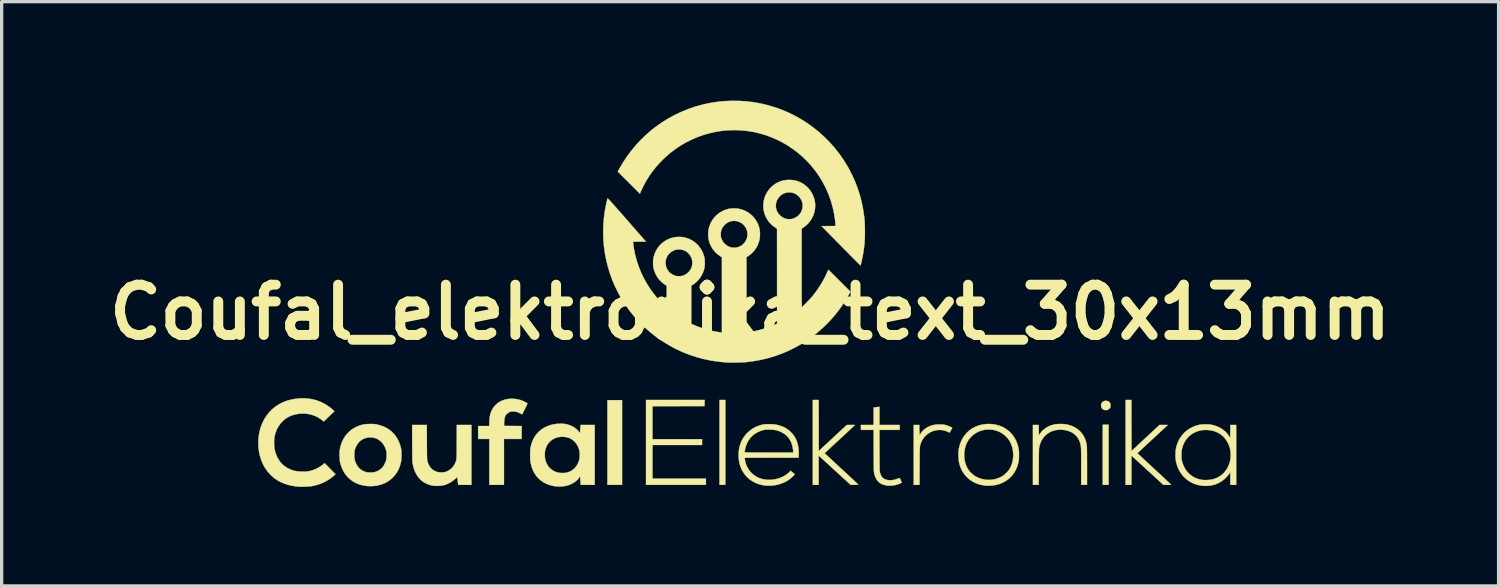
<source format=kicad_pcb>
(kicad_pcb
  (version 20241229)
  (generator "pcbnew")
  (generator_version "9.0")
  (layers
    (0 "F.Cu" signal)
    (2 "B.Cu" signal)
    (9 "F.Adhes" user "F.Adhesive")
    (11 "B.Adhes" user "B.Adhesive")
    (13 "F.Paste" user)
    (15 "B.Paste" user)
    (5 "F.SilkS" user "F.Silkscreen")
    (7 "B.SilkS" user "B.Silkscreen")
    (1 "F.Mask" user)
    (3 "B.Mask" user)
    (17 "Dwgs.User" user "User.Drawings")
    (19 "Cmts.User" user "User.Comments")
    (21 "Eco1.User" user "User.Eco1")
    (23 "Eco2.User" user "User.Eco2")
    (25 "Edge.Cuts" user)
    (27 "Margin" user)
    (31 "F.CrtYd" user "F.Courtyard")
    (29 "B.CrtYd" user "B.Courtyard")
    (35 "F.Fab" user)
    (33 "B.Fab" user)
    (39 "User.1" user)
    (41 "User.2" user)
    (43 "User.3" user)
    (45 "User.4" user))
  (footprint "Coufal_elektronika_text_30x13mm"
    (layer "F.Cu")
    (at 19.674 6.408)
    (property "Reference" "Coufal_elektronika_text_30x13mm" (at 0 0 0) (layer "F.SilkS") (effects (font (size 1.524 1.524) (thickness 0.3))))
    (attr through_hole)
    (fp_poly (pts (xy -3.879 5.23) (xy -4.323 5.23) (xy -4.323 2.664) (xy -3.879 2.664) (xy -3.879 5.23)) (stroke (width 0.01) (type solid)) (fill yes) (layer "F.SilkS"))
    (fp_poly (pts (xy -0.751 5.23) (xy -0.927 5.23) (xy -0.927 2.658) (xy -0.751 2.658) (xy -0.751 5.23)) (stroke (width 0.01) (type solid)) (fill yes) (layer "F.SilkS"))
    (fp_poly (pts (xy 10.859 5.23) (xy 10.682 5.23) (xy 10.682 3.408) (xy 10.859 3.408) (xy 10.859 5.23)) (stroke (width 0.01) (type solid)) (fill yes) (layer "F.SilkS"))
    (fp_poly (pts (xy -1.379 2.751) (xy -1.381 2.844) (xy -2.958 2.847) (xy -2.958 3.846) (xy -1.456 3.846) (xy -1.456 4.022) (xy -2.958 4.022) (xy -2.958 5.041) (xy -1.339 5.041) (xy -1.339 5.23) (xy -3.154 5.23) (xy -3.154 2.658) (xy -1.377 2.658) (xy -1.379 2.751)) (stroke (width 0.01) (type solid)) (fill yes) (layer "F.SilkS"))
    (fp_poly (pts (xy 10.82 2.689) (xy 10.857 2.703) (xy 10.886 2.729) (xy 10.906 2.758) (xy 10.913 2.775) (xy 10.916 2.794) (xy 10.917 2.818) (xy 10.916 2.834) (xy 10.915 2.861) (xy 10.911 2.88) (xy 10.905 2.894) (xy 10.895 2.908) (xy 10.894 2.91) (xy 10.862 2.94) (xy 10.823 2.959) (xy 10.78 2.967) (xy 10.741 2.964) (xy 10.702 2.95) (xy 10.67 2.926) (xy 10.647 2.894) (xy 10.634 2.853) (xy 10.631 2.831) (xy 10.635 2.788) (xy 10.649 2.751) (xy 10.673 2.721) (xy 10.706 2.699) (xy 10.745 2.686) (xy 10.775 2.684) (xy 10.82 2.689)) (stroke (width 0.01) (type solid)) (fill yes) (layer "F.SilkS"))
    (fp_poly (pts (xy 2.078 3.431) (xy 2.08 4.204) (xy 2.504 3.81) (xy 2.929 3.416) (xy 3.052 3.415) (xy 3.175 3.415) (xy 3.163 3.429) (xy 3.156 3.435) (xy 3.141 3.45) (xy 3.117 3.472) (xy 3.086 3.501) (xy 3.048 3.536) (xy 3.004 3.577) (xy 2.955 3.623) (xy 2.9 3.674) (xy 2.842 3.728) (xy 2.78 3.785) (xy 2.716 3.844) (xy 2.705 3.854) (xy 2.64 3.914) (xy 2.579 3.971) (xy 2.52 4.025) (xy 2.466 4.076) (xy 2.417 4.122) (xy 2.373 4.163) (xy 2.335 4.198) (xy 2.305 4.227) (xy 2.281 4.249) (xy 2.266 4.264) (xy 2.259 4.271) (xy 2.259 4.271) (xy 2.264 4.276) (xy 2.278 4.289) (xy 2.3 4.31) (xy 2.329 4.338) (xy 2.366 4.373) (xy 2.409 4.413) (xy 2.459 4.459) (xy 2.513 4.51) (xy 2.572 4.565) (xy 2.635 4.623) (xy 2.701 4.685) (xy 2.769 4.747) (xy 2.838 4.811) (xy 2.904 4.873) (xy 2.967 4.931) (xy 3.026 4.986) (xy 3.08 5.036) (xy 3.129 5.082) (xy 3.172 5.123) (xy 3.209 5.157) (xy 3.238 5.185) (xy 3.26 5.206) (xy 3.273 5.219) (xy 3.278 5.224) (xy 3.272 5.226) (xy 3.254 5.228) (xy 3.228 5.229) (xy 3.194 5.23) (xy 3.162 5.23) (xy 3.046 5.23) (xy 2.561 4.786) (xy 2.076 4.342) (xy 2.076 5.23) (xy 1.9 5.23) (xy 1.9 2.658) (xy 2.076 2.658) (xy 2.078 3.431)) (stroke (width 0.01) (type solid)) (fill yes) (layer "F.SilkS"))
    (fp_poly (pts (xy 5.792 3.4) (xy 5.825 3.401) (xy 5.852 3.404) (xy 5.877 3.407) (xy 5.902 3.413) (xy 5.916 3.417) (xy 5.965 3.431) (xy 6.013 3.448) (xy 6.057 3.466) (xy 6.092 3.484) (xy 6.1 3.488) (xy 6.124 3.503) (xy 6.084 3.576) (xy 6.044 3.648) (xy 5.99 3.623) (xy 5.913 3.593) (xy 5.833 3.574) (xy 5.769 3.567) (xy 5.706 3.567) (xy 5.647 3.573) (xy 5.586 3.587) (xy 5.542 3.6) (xy 5.462 3.634) (xy 5.389 3.679) (xy 5.323 3.734) (xy 5.265 3.797) (xy 5.217 3.868) (xy 5.179 3.946) (xy 5.17 3.97) (xy 5.165 3.986) (xy 5.16 4.001) (xy 5.155 4.015) (xy 5.151 4.03) (xy 5.148 4.046) (xy 5.145 4.063) (xy 5.143 4.084) (xy 5.141 4.109) (xy 5.14 4.139) (xy 5.138 4.175) (xy 5.137 4.217) (xy 5.137 4.267) (xy 5.136 4.325) (xy 5.135 4.393) (xy 5.135 4.471) (xy 5.135 4.56) (xy 5.134 4.66) (xy 5.131 5.23) (xy 4.956 5.23) (xy 4.956 3.415) (xy 5.126 3.415) (xy 5.126 3.488) (xy 5.126 3.527) (xy 5.127 3.571) (xy 5.129 3.616) (xy 5.13 3.645) (xy 5.134 3.728) (xy 5.157 3.69) (xy 5.199 3.628) (xy 5.246 3.576) (xy 5.3 3.53) (xy 5.364 3.49) (xy 5.397 3.472) (xy 5.462 3.443) (xy 5.529 3.422) (xy 5.6 3.408) (xy 5.678 3.401) (xy 5.749 3.4) (xy 5.792 3.4)) (stroke (width 0.01) (type solid)) (fill yes) (layer "F.SilkS"))
    (fp_poly (pts (xy 11.552 3.431) (xy 11.554 4.204) (xy 11.978 3.81) (xy 12.403 3.416) (xy 12.526 3.415) (xy 12.65 3.415) (xy 12.637 3.429) (xy 12.631 3.435) (xy 12.615 3.45) (xy 12.592 3.472) (xy 12.561 3.501) (xy 12.523 3.536) (xy 12.478 3.577) (xy 12.429 3.623) (xy 12.375 3.674) (xy 12.316 3.728) (xy 12.254 3.785) (xy 12.19 3.844) (xy 12.179 3.854) (xy 12.115 3.914) (xy 12.053 3.971) (xy 11.995 4.025) (xy 11.941 4.076) (xy 11.891 4.122) (xy 11.848 4.163) (xy 11.81 4.198) (xy 11.779 4.227) (xy 11.756 4.249) (xy 11.74 4.264) (xy 11.734 4.271) (xy 11.734 4.271) (xy 11.738 4.276) (xy 11.752 4.289) (xy 11.774 4.31) (xy 11.804 4.338) (xy 11.841 4.373) (xy 11.884 4.413) (xy 11.933 4.459) (xy 11.987 4.51) (xy 12.046 4.565) (xy 12.109 4.623) (xy 12.176 4.685) (xy 12.243 4.747) (xy 12.312 4.811) (xy 12.378 4.873) (xy 12.441 4.931) (xy 12.5 4.986) (xy 12.554 5.036) (xy 12.603 5.082) (xy 12.646 5.123) (xy 12.683 5.157) (xy 12.713 5.185) (xy 12.734 5.206) (xy 12.748 5.219) (xy 12.752 5.224) (xy 12.746 5.226) (xy 12.729 5.228) (xy 12.702 5.229) (xy 12.669 5.23) (xy 12.636 5.23) (xy 12.52 5.23) (xy 12.036 4.786) (xy 11.551 4.342) (xy 11.551 5.23) (xy 11.374 5.23) (xy 11.374 2.658) (xy 11.551 2.658) (xy 11.552 3.431)) (stroke (width 0.01) (type solid)) (fill yes) (layer "F.SilkS"))
    (fp_poly (pts (xy -7.091 2.63) (xy -6.995 2.65) (xy -6.956 2.661) (xy -6.931 2.67) (xy -6.901 2.683) (xy -6.868 2.697) (xy -6.834 2.713) (xy -6.804 2.728) (xy -6.777 2.742) (xy -6.759 2.753) (xy -6.75 2.76) (xy -6.749 2.765) (xy -6.75 2.774) (xy -6.755 2.788) (xy -6.764 2.808) (xy -6.776 2.836) (xy -6.794 2.873) (xy -6.817 2.92) (xy -6.824 2.932) (xy -6.845 2.975) (xy -6.864 3.013) (xy -6.881 3.045) (xy -6.895 3.071) (xy -6.904 3.088) (xy -6.909 3.095) (xy -6.909 3.095) (xy -6.916 3.092) (xy -6.932 3.084) (xy -6.952 3.072) (xy -6.958 3.069) (xy -7.015 3.04) (xy -7.07 3.021) (xy -7.126 3.01) (xy -7.18 3.007) (xy -7.212 3.007) (xy -7.234 3.008) (xy -7.252 3.011) (xy -7.268 3.016) (xy -7.287 3.025) (xy -7.302 3.032) (xy -7.345 3.057) (xy -7.379 3.088) (xy -7.407 3.125) (xy -7.427 3.171) (xy -7.441 3.224) (xy -7.449 3.288) (xy -7.452 3.352) (xy -7.453 3.444) (xy -7.187 3.446) (xy -6.921 3.448) (xy -6.921 3.839) (xy -7.457 3.839) (xy -7.457 5.23) (xy -7.901 5.23) (xy -7.901 3.839) (xy -8.24 3.839) (xy -8.24 3.448) (xy -7.903 3.448) (xy -7.899 3.322) (xy -7.895 3.248) (xy -7.889 3.184) (xy -7.88 3.128) (xy -7.868 3.077) (xy -7.851 3.028) (xy -7.829 2.979) (xy -7.824 2.968) (xy -7.788 2.906) (xy -7.743 2.846) (xy -7.693 2.792) (xy -7.64 2.747) (xy -7.627 2.738) (xy -7.549 2.693) (xy -7.466 2.659) (xy -7.377 2.636) (xy -7.284 2.623) (xy -7.188 2.621) (xy -7.091 2.63)) (stroke (width 0.01) (type solid)) (fill yes) (layer "F.SilkS"))
    (fp_poly (pts (xy 3.918 3.415) (xy 4.532 3.415) (xy 4.532 3.565) (xy 3.917 3.565) (xy 3.919 4.19) (xy 3.92 4.295) (xy 3.92 4.387) (xy 3.92 4.467) (xy 3.921 4.537) (xy 3.921 4.598) (xy 3.921 4.649) (xy 3.922 4.693) (xy 3.923 4.729) (xy 3.923 4.759) (xy 3.924 4.783) (xy 3.925 4.803) (xy 3.927 4.819) (xy 3.928 4.831) (xy 3.93 4.842) (xy 3.932 4.851) (xy 3.934 4.859) (xy 3.936 4.867) (xy 3.957 4.929) (xy 3.985 4.979) (xy 4.019 5.018) (xy 4.061 5.049) (xy 4.113 5.071) (xy 4.174 5.085) (xy 4.186 5.087) (xy 4.257 5.091) (xy 4.329 5.084) (xy 4.405 5.066) (xy 4.468 5.043) (xy 4.494 5.034) (xy 4.515 5.027) (xy 4.528 5.025) (xy 4.532 5.026) (xy 4.537 5.034) (xy 4.545 5.051) (xy 4.556 5.074) (xy 4.567 5.099) (xy 4.577 5.124) (xy 4.585 5.145) (xy 4.59 5.158) (xy 4.59 5.161) (xy 4.584 5.167) (xy 4.568 5.176) (xy 4.544 5.187) (xy 4.515 5.199) (xy 4.482 5.211) (xy 4.449 5.223) (xy 4.416 5.232) (xy 4.408 5.235) (xy 4.36 5.244) (xy 4.305 5.251) (xy 4.246 5.254) (xy 4.19 5.254) (xy 4.14 5.25) (xy 4.14 5.25) (xy 4.098 5.242) (xy 4.053 5.229) (xy 4.01 5.215) (xy 3.973 5.199) (xy 3.96 5.192) (xy 3.908 5.155) (xy 3.863 5.11) (xy 3.825 5.056) (xy 3.793 4.992) (xy 3.768 4.917) (xy 3.757 4.871) (xy 3.755 4.862) (xy 3.753 4.85) (xy 3.752 4.837) (xy 3.75 4.82) (xy 3.749 4.798) (xy 3.748 4.772) (xy 3.747 4.74) (xy 3.747 4.701) (xy 3.746 4.655) (xy 3.745 4.6) (xy 3.745 4.537) (xy 3.745 4.463) (xy 3.744 4.379) (xy 3.744 4.283) (xy 3.743 4.194) (xy 3.741 3.565) (xy 3.356 3.565) (xy 3.356 3.415) (xy 3.741 3.415) (xy 3.741 2.887) (xy 3.763 2.883) (xy 3.781 2.881) (xy 3.806 2.878) (xy 3.823 2.876) (xy 3.85 2.873) (xy 3.877 2.87) (xy 3.89 2.869) (xy 3.918 2.865) (xy 3.918 3.415)) (stroke (width 0.01) (type solid)) (fill yes) (layer "F.SilkS"))
    (fp_poly (pts (xy 9.431 3.386) (xy 9.486 3.388) (xy 9.536 3.392) (xy 9.576 3.398) (xy 9.655 3.416) (xy 9.727 3.439) (xy 9.797 3.469) (xy 9.804 3.472) (xy 9.888 3.52) (xy 9.963 3.578) (xy 10.028 3.644) (xy 10.084 3.718) (xy 10.13 3.801) (xy 10.165 3.892) (xy 10.191 3.991) (xy 10.195 4.015) (xy 10.197 4.027) (xy 10.199 4.042) (xy 10.2 4.058) (xy 10.201 4.079) (xy 10.202 4.104) (xy 10.203 4.134) (xy 10.204 4.171) (xy 10.204 4.214) (xy 10.205 4.266) (xy 10.205 4.327) (xy 10.205 4.397) (xy 10.206 4.478) (xy 10.206 4.57) (xy 10.206 4.653) (xy 10.206 5.23) (xy 10.029 5.23) (xy 10.029 4.677) (xy 10.029 4.573) (xy 10.029 4.481) (xy 10.029 4.4) (xy 10.029 4.33) (xy 10.028 4.269) (xy 10.027 4.216) (xy 10.026 4.171) (xy 10.025 4.133) (xy 10.023 4.1) (xy 10.021 4.072) (xy 10.018 4.048) (xy 10.015 4.027) (xy 10.011 4.008) (xy 10.007 3.991) (xy 10.002 3.973) (xy 9.997 3.955) (xy 9.996 3.954) (xy 9.965 3.874) (xy 9.924 3.803) (xy 9.874 3.74) (xy 9.814 3.686) (xy 9.745 3.641) (xy 9.667 3.606) (xy 9.582 3.58) (xy 9.522 3.568) (xy 9.424 3.559) (xy 9.329 3.562) (xy 9.239 3.575) (xy 9.154 3.601) (xy 9.075 3.637) (xy 9.002 3.683) (xy 8.954 3.725) (xy 8.896 3.785) (xy 8.85 3.849) (xy 8.812 3.918) (xy 8.782 3.995) (xy 8.758 4.081) (xy 8.756 4.091) (xy 8.755 4.103) (xy 8.753 4.118) (xy 8.752 4.137) (xy 8.751 4.161) (xy 8.75 4.189) (xy 8.749 4.225) (xy 8.748 4.267) (xy 8.747 4.318) (xy 8.747 4.378) (xy 8.746 4.448) (xy 8.746 4.528) (xy 8.745 4.62) (xy 8.745 4.68) (xy 8.742 5.23) (xy 8.567 5.23) (xy 8.567 3.415) (xy 8.743 3.415) (xy 8.745 3.572) (xy 8.746 3.729) (xy 8.774 3.688) (xy 8.828 3.618) (xy 8.892 3.556) (xy 8.965 3.502) (xy 9.046 3.457) (xy 9.135 3.422) (xy 9.231 3.397) (xy 9.231 3.397) (xy 9.271 3.392) (xy 9.32 3.388) (xy 9.375 3.386) (xy 9.431 3.386)) (stroke (width 0.01) (type solid)) (fill yes) (layer "F.SilkS"))
    (fp_poly (pts (xy -9.792 3.936) (xy -9.792 4.033) (xy -9.791 4.119) (xy -9.791 4.193) (xy -9.79 4.258) (xy -9.79 4.313) (xy -9.789 4.359) (xy -9.787 4.399) (xy -9.786 4.432) (xy -9.784 4.46) (xy -9.781 4.483) (xy -9.778 4.503) (xy -9.775 4.521) (xy -9.77 4.537) (xy -9.765 4.552) (xy -9.759 4.568) (xy -9.753 4.585) (xy -9.75 4.592) (xy -9.717 4.659) (xy -9.676 4.717) (xy -9.625 4.765) (xy -9.567 4.804) (xy -9.501 4.832) (xy -9.476 4.839) (xy -9.43 4.848) (xy -9.378 4.852) (xy -9.325 4.853) (xy -9.276 4.848) (xy -9.246 4.843) (xy -9.175 4.818) (xy -9.11 4.782) (xy -9.051 4.736) (xy -9 4.681) (xy -8.958 4.619) (xy -8.95 4.603) (xy -8.935 4.57) (xy -8.92 4.534) (xy -8.908 4.501) (xy -8.905 4.489) (xy -8.902 4.479) (xy -8.9 4.47) (xy -8.898 4.459) (xy -8.896 4.447) (xy -8.895 4.433) (xy -8.893 4.414) (xy -8.892 4.392) (xy -8.892 4.363) (xy -8.891 4.329) (xy -8.89 4.287) (xy -8.89 4.237) (xy -8.889 4.178) (xy -8.889 4.108) (xy -8.889 4.027) (xy -8.888 3.935) (xy -8.888 3.926) (xy -8.886 3.415) (xy -8.443 3.415) (xy -8.443 5.23) (xy -8.841 5.23) (xy -8.844 5.215) (xy -8.846 5.204) (xy -8.849 5.182) (xy -8.853 5.153) (xy -8.857 5.12) (xy -8.857 5.113) (xy -8.862 5.07) (xy -8.866 5.038) (xy -8.87 5.018) (xy -8.874 5.006) (xy -8.879 5.003) (xy -8.887 5.006) (xy -8.897 5.015) (xy -8.912 5.029) (xy -8.913 5.03) (xy -8.995 5.099) (xy -9.08 5.156) (xy -9.166 5.201) (xy -9.254 5.233) (xy -9.255 5.233) (xy -9.31 5.246) (xy -9.373 5.255) (xy -9.44 5.26) (xy -9.507 5.262) (xy -9.57 5.259) (xy -9.602 5.256) (xy -9.689 5.237) (xy -9.775 5.207) (xy -9.856 5.168) (xy -9.929 5.12) (xy -9.929 5.12) (xy -9.998 5.06) (xy -10.058 4.99) (xy -10.111 4.91) (xy -10.155 4.821) (xy -10.19 4.722) (xy -10.217 4.615) (xy -10.22 4.601) (xy -10.223 4.588) (xy -10.225 4.574) (xy -10.227 4.561) (xy -10.228 4.545) (xy -10.23 4.527) (xy -10.231 4.506) (xy -10.232 4.48) (xy -10.233 4.449) (xy -10.233 4.411) (xy -10.234 4.366) (xy -10.235 4.313) (xy -10.235 4.251) (xy -10.235 4.179) (xy -10.236 4.096) (xy -10.236 4.001) (xy -10.237 3.972) (xy -10.239 3.415) (xy -9.795 3.415) (xy -9.792 3.936)) (stroke (width 0.01) (type solid)) (fill yes) (layer "F.SilkS"))
    (fp_poly (pts (xy -13.381 2.617) (xy -13.253 2.638) (xy -13.129 2.671) (xy -13.011 2.717) (xy -12.971 2.735) (xy -12.861 2.794) (xy -12.76 2.859) (xy -12.669 2.931) (xy -12.636 2.961) (xy -12.594 3) (xy -12.755 3.156) (xy -12.916 3.312) (xy -12.944 3.288) (xy -13.029 3.223) (xy -13.121 3.169) (xy -13.218 3.127) (xy -13.32 3.096) (xy -13.425 3.077) (xy -13.534 3.069) (xy -13.645 3.074) (xy -13.757 3.091) (xy -13.789 3.099) (xy -13.888 3.128) (xy -13.979 3.168) (xy -14.063 3.219) (xy -14.141 3.281) (xy -14.158 3.297) (xy -14.227 3.372) (xy -14.286 3.455) (xy -14.336 3.547) (xy -14.375 3.648) (xy -14.404 3.756) (xy -14.409 3.777) (xy -14.415 3.823) (xy -14.419 3.877) (xy -14.421 3.937) (xy -14.42 3.999) (xy -14.417 4.059) (xy -14.412 4.114) (xy -14.406 4.15) (xy -14.379 4.257) (xy -14.342 4.356) (xy -14.295 4.447) (xy -14.24 4.529) (xy -14.175 4.602) (xy -14.101 4.665) (xy -14.019 4.719) (xy -13.929 4.763) (xy -13.887 4.779) (xy -13.831 4.797) (xy -13.776 4.81) (xy -13.721 4.82) (xy -13.661 4.825) (xy -13.593 4.828) (xy -13.552 4.829) (xy -13.504 4.828) (xy -13.467 4.828) (xy -13.437 4.826) (xy -13.411 4.824) (xy -13.387 4.82) (xy -13.362 4.815) (xy -13.354 4.813) (xy -13.254 4.786) (xy -13.158 4.749) (xy -13.069 4.704) (xy -12.988 4.652) (xy -12.928 4.604) (xy -12.891 4.571) (xy -12.726 4.738) (xy -12.562 4.906) (xy -12.584 4.928) (xy -12.599 4.942) (xy -12.62 4.962) (xy -12.644 4.982) (xy -12.654 4.99) (xy -12.759 5.067) (xy -12.87 5.132) (xy -12.989 5.187) (xy -13.113 5.23) (xy -13.244 5.262) (xy -13.307 5.273) (xy -13.334 5.276) (xy -13.371 5.279) (xy -13.415 5.281) (xy -13.463 5.284) (xy -13.512 5.285) (xy -13.561 5.287) (xy -13.605 5.287) (xy -13.643 5.287) (xy -13.671 5.286) (xy -13.676 5.285) (xy -13.801 5.27) (xy -13.915 5.249) (xy -14.02 5.223) (xy -14.117 5.19) (xy -14.209 5.151) (xy -14.297 5.105) (xy -14.326 5.087) (xy -14.424 5.018) (xy -14.515 4.939) (xy -14.597 4.851) (xy -14.67 4.754) (xy -14.734 4.65) (xy -14.788 4.537) (xy -14.831 4.418) (xy -14.864 4.293) (xy -14.874 4.244) (xy -14.893 4.108) (xy -14.9 3.973) (xy -14.896 3.841) (xy -14.88 3.711) (xy -14.854 3.585) (xy -14.818 3.463) (xy -14.771 3.347) (xy -14.715 3.236) (xy -14.648 3.133) (xy -14.573 3.036) (xy -14.488 2.948) (xy -14.394 2.869) (xy -14.389 2.866) (xy -14.288 2.798) (xy -14.18 2.74) (xy -14.065 2.693) (xy -13.942 2.656) (xy -13.812 2.63) (xy -13.673 2.613) (xy -13.646 2.611) (xy -13.512 2.608) (xy -13.381 2.617)) (stroke (width 0.01) (type solid)) (fill yes) (layer "F.SilkS"))
    (fp_poly (pts (xy 13.86 3.397) (xy 13.913 3.4) (xy 13.955 3.405) (xy 14.057 3.428) (xy 14.153 3.461) (xy 14.243 3.505) (xy 14.325 3.558) (xy 14.399 3.62) (xy 14.464 3.691) (xy 14.505 3.747) (xy 14.545 3.807) (xy 14.548 3.415) (xy 14.724 3.415) (xy 14.724 5.23) (xy 14.548 5.23) (xy 14.545 4.852) (xy 14.496 4.918) (xy 14.428 4.999) (xy 14.352 5.07) (xy 14.269 5.13) (xy 14.18 5.179) (xy 14.086 5.218) (xy 13.986 5.244) (xy 13.883 5.259) (xy 13.776 5.262) (xy 13.67 5.253) (xy 13.561 5.232) (xy 13.459 5.2) (xy 13.363 5.156) (xy 13.274 5.102) (xy 13.193 5.039) (xy 13.119 4.966) (xy 13.055 4.884) (xy 12.999 4.794) (xy 12.953 4.695) (xy 12.918 4.59) (xy 12.902 4.525) (xy 12.895 4.481) (xy 12.89 4.427) (xy 12.887 4.368) (xy 12.886 4.314) (xy 13.065 4.314) (xy 13.065 4.366) (xy 13.067 4.413) (xy 13.071 4.453) (xy 13.072 4.456) (xy 13.093 4.553) (xy 13.126 4.644) (xy 13.169 4.729) (xy 13.221 4.807) (xy 13.283 4.878) (xy 13.354 4.939) (xy 13.432 4.991) (xy 13.463 5.007) (xy 13.513 5.03) (xy 13.57 5.05) (xy 13.629 5.067) (xy 13.678 5.077) (xy 13.721 5.082) (xy 13.773 5.084) (xy 13.829 5.084) (xy 13.885 5.081) (xy 13.937 5.076) (xy 13.981 5.069) (xy 13.986 5.068) (xy 14.039 5.054) (xy 14.093 5.036) (xy 14.143 5.016) (xy 14.184 4.996) (xy 14.188 4.994) (xy 14.267 4.943) (xy 14.338 4.881) (xy 14.4 4.81) (xy 14.453 4.731) (xy 14.496 4.644) (xy 14.52 4.577) (xy 14.536 4.522) (xy 14.547 4.471) (xy 14.554 4.42) (xy 14.557 4.363) (xy 14.557 4.326) (xy 14.556 4.264) (xy 14.551 4.21) (xy 14.543 4.159) (xy 14.53 4.107) (xy 14.52 4.074) (xy 14.485 3.982) (xy 14.439 3.898) (xy 14.385 3.822) (xy 14.322 3.754) (xy 14.251 3.697) (xy 14.172 3.649) (xy 14.097 3.617) (xy 14.011 3.591) (xy 13.921 3.574) (xy 13.83 3.566) (xy 13.741 3.568) (xy 13.689 3.574) (xy 13.591 3.595) (xy 13.499 3.627) (xy 13.414 3.67) (xy 13.338 3.723) (xy 13.269 3.785) (xy 13.209 3.856) (xy 13.159 3.936) (xy 13.118 4.023) (xy 13.088 4.118) (xy 13.075 4.178) (xy 13.07 4.216) (xy 13.067 4.263) (xy 13.065 4.314) (xy 12.886 4.314) (xy 12.886 4.307) (xy 12.887 4.247) (xy 12.891 4.192) (xy 12.897 4.146) (xy 12.898 4.142) (xy 12.924 4.033) (xy 12.962 3.931) (xy 13.01 3.835) (xy 13.069 3.746) (xy 13.137 3.667) (xy 13.216 3.595) (xy 13.303 3.533) (xy 13.398 3.481) (xy 13.5 3.441) (xy 13.594 3.414) (xy 13.635 3.406) (xy 13.686 3.401) (xy 13.743 3.397) (xy 13.802 3.396) (xy 13.86 3.397)) (stroke (width 0.01) (type solid)) (fill yes) (layer "F.SilkS"))
    (fp_poly (pts (xy 7.345 3.392) (xy 7.446 3.408) (xy 7.543 3.435) (xy 7.635 3.47) (xy 7.706 3.507) (xy 7.795 3.567) (xy 7.875 3.635) (xy 7.945 3.712) (xy 8.006 3.797) (xy 8.056 3.891) (xy 8.096 3.993) (xy 8.126 4.102) (xy 8.131 4.123) (xy 8.136 4.153) (xy 8.14 4.182) (xy 8.143 4.212) (xy 8.144 4.247) (xy 8.145 4.29) (xy 8.145 4.323) (xy 8.145 4.38) (xy 8.143 4.428) (xy 8.14 4.47) (xy 8.135 4.509) (xy 8.127 4.549) (xy 8.116 4.593) (xy 8.112 4.609) (xy 8.079 4.71) (xy 8.034 4.804) (xy 7.98 4.891) (xy 7.915 4.971) (xy 7.841 5.042) (xy 7.759 5.103) (xy 7.669 5.156) (xy 7.572 5.198) (xy 7.499 5.22) (xy 7.407 5.24) (xy 7.308 5.252) (xy 7.208 5.255) (xy 7.11 5.25) (xy 7.083 5.246) (xy 6.976 5.226) (xy 6.874 5.194) (xy 6.778 5.151) (xy 6.69 5.099) (xy 6.609 5.037) (xy 6.537 4.966) (xy 6.473 4.886) (xy 6.419 4.799) (xy 6.376 4.705) (xy 6.344 4.609) (xy 6.333 4.563) (xy 6.324 4.522) (xy 6.318 4.483) (xy 6.314 4.443) (xy 6.312 4.397) (xy 6.311 4.343) (xy 6.311 4.323) (xy 6.311 4.293) (xy 6.486 4.293) (xy 6.487 4.397) (xy 6.501 4.498) (xy 6.525 4.593) (xy 6.562 4.684) (xy 6.605 4.762) (xy 6.631 4.797) (xy 6.665 4.836) (xy 6.704 4.876) (xy 6.745 4.913) (xy 6.785 4.946) (xy 6.82 4.97) (xy 6.821 4.97) (xy 6.909 5.014) (xy 7.002 5.048) (xy 7.099 5.069) (xy 7.198 5.08) (xy 7.296 5.077) (xy 7.336 5.073) (xy 7.438 5.053) (xy 7.535 5.02) (xy 7.625 4.976) (xy 7.636 4.97) (xy 7.671 4.946) (xy 7.711 4.914) (xy 7.752 4.876) (xy 7.791 4.837) (xy 7.825 4.798) (xy 7.851 4.762) (xy 7.851 4.762) (xy 7.898 4.677) (xy 7.933 4.586) (xy 7.957 4.49) (xy 7.97 4.39) (xy 7.971 4.293) (xy 7.96 4.187) (xy 7.94 4.087) (xy 7.908 3.995) (xy 7.866 3.91) (xy 7.813 3.832) (xy 7.753 3.765) (xy 7.682 3.703) (xy 7.606 3.652) (xy 7.524 3.611) (xy 7.439 3.581) (xy 7.351 3.562) (xy 7.262 3.553) (xy 7.173 3.554) (xy 7.084 3.566) (xy 6.997 3.588) (xy 6.914 3.62) (xy 6.834 3.662) (xy 6.76 3.714) (xy 6.693 3.775) (xy 6.633 3.847) (xy 6.626 3.856) (xy 6.577 3.935) (xy 6.538 4.02) (xy 6.511 4.111) (xy 6.493 4.209) (xy 6.486 4.293) (xy 6.311 4.293) (xy 6.311 4.273) (xy 6.312 4.233) (xy 6.314 4.201) (xy 6.317 4.171) (xy 6.322 4.143) (xy 6.326 4.122) (xy 6.354 4.012) (xy 6.393 3.909) (xy 6.441 3.813) (xy 6.499 3.727) (xy 6.567 3.649) (xy 6.643 3.58) (xy 6.727 3.521) (xy 6.819 3.472) (xy 6.919 3.433) (xy 7.025 3.405) (xy 7.138 3.389) (xy 7.143 3.388) (xy 7.243 3.385) (xy 7.345 3.392)) (stroke (width 0.01) (type solid)) (fill yes) (layer "F.SilkS"))
    (fp_poly (pts (xy -5.641 3.381) (xy -5.55 3.397) (xy -5.463 3.423) (xy -5.383 3.458) (xy -5.31 3.502) (xy -5.245 3.554) (xy -5.19 3.614) (xy -5.181 3.625) (xy -5.153 3.662) (xy -5.15 3.606) (xy -5.147 3.572) (xy -5.145 3.533) (xy -5.142 3.494) (xy -5.141 3.482) (xy -5.137 3.415) (xy -4.708 3.415) (xy -4.708 5.23) (xy -5.132 5.23) (xy -5.132 5.215) (xy -5.133 5.204) (xy -5.135 5.183) (xy -5.137 5.153) (xy -5.14 5.118) (xy -5.142 5.09) (xy -5.145 5.053) (xy -5.148 5.02) (xy -5.15 4.995) (xy -5.151 4.978) (xy -5.152 4.973) (xy -5.155 4.975) (xy -5.163 4.986) (xy -5.175 5.003) (xy -5.177 5.007) (xy -5.21 5.053) (xy -5.245 5.091) (xy -5.288 5.126) (xy -5.294 5.131) (xy -5.377 5.184) (xy -5.465 5.226) (xy -5.559 5.256) (xy -5.659 5.274) (xy -5.764 5.281) (xy -5.873 5.276) (xy -5.889 5.275) (xy -5.97 5.262) (xy -6.052 5.241) (xy -6.132 5.214) (xy -6.206 5.181) (xy -6.252 5.157) (xy -6.337 5.099) (xy -6.412 5.033) (xy -6.478 4.959) (xy -6.534 4.877) (xy -6.581 4.785) (xy -6.618 4.685) (xy -6.647 4.575) (xy -6.652 4.548) (xy -6.656 4.525) (xy -6.659 4.5) (xy -6.661 4.471) (xy -6.662 4.435) (xy -6.663 4.39) (xy -6.663 4.336) (xy -6.663 4.319) (xy -6.663 4.312) (xy -6.22 4.312) (xy -6.219 4.369) (xy -6.214 4.422) (xy -6.207 4.468) (xy -6.204 4.479) (xy -6.177 4.559) (xy -6.139 4.632) (xy -6.092 4.697) (xy -6.035 4.752) (xy -5.97 4.798) (xy -5.909 4.83) (xy -5.861 4.848) (xy -5.812 4.86) (xy -5.758 4.867) (xy -5.697 4.87) (xy -5.687 4.87) (xy -5.639 4.87) (xy -5.599 4.867) (xy -5.564 4.861) (xy -5.553 4.858) (xy -5.483 4.837) (xy -5.422 4.808) (xy -5.365 4.769) (xy -5.311 4.719) (xy -5.304 4.711) (xy -5.262 4.66) (xy -5.226 4.599) (xy -5.196 4.532) (xy -5.177 4.469) (xy -5.167 4.412) (xy -5.162 4.348) (xy -5.163 4.283) (xy -5.168 4.22) (xy -5.177 4.176) (xy -5.202 4.097) (xy -5.238 4.024) (xy -5.283 3.958) (xy -5.337 3.901) (xy -5.398 3.853) (xy -5.466 3.815) (xy -5.469 3.814) (xy -5.527 3.793) (xy -5.594 3.78) (xy -5.665 3.774) (xy -5.736 3.775) (xy -5.806 3.784) (xy -5.833 3.79) (xy -5.912 3.816) (xy -5.983 3.853) (xy -6.046 3.9) (xy -6.1 3.956) (xy -6.146 4.021) (xy -6.182 4.096) (xy -6.204 4.163) (xy -6.213 4.205) (xy -6.218 4.256) (xy -6.22 4.312) (xy -6.663 4.312) (xy -6.663 4.265) (xy -6.662 4.222) (xy -6.662 4.188) (xy -6.66 4.16) (xy -6.658 4.137) (xy -6.655 4.116) (xy -6.651 4.095) (xy -6.649 4.084) (xy -6.62 3.977) (xy -6.584 3.88) (xy -6.538 3.791) (xy -6.484 3.711) (xy -6.42 3.638) (xy -6.416 3.633) (xy -6.338 3.565) (xy -6.253 3.507) (xy -6.16 3.46) (xy -6.061 3.422) (xy -5.955 3.396) (xy -5.843 3.38) (xy -5.736 3.376) (xy -5.641 3.381)) (stroke (width 0.01) (type solid)) (fill yes) (layer "F.SilkS"))
    (fp_poly (pts (xy -0.341 -6.402) (xy -0.115 -6.388) (xy 0.108 -6.361) (xy 0.329 -6.321) (xy 0.547 -6.269) (xy 0.762 -6.205) (xy 0.972 -6.128) (xy 1.179 -6.04) (xy 1.38 -5.939) (xy 1.576 -5.827) (xy 1.718 -5.736) (xy 1.904 -5.603) (xy 2.082 -5.461) (xy 2.25 -5.309) (xy 2.41 -5.147) (xy 2.561 -4.977) (xy 2.702 -4.798) (xy 2.833 -4.61) (xy 2.945 -4.43) (xy 2.975 -4.377) (xy 3.008 -4.315) (xy 3.043 -4.247) (xy 3.079 -4.175) (xy 3.114 -4.102) (xy 3.146 -4.032) (xy 3.175 -3.967) (xy 3.198 -3.911) (xy 3.272 -3.712) (xy 3.334 -3.511) (xy 3.385 -3.306) (xy 3.426 -3.096) (xy 3.457 -2.88) (xy 3.465 -2.801) (xy 3.469 -2.752) (xy 3.472 -2.692) (xy 3.475 -2.624) (xy 3.476 -2.551) (xy 3.477 -2.475) (xy 3.477 -2.397) (xy 3.476 -2.321) (xy 3.475 -2.249) (xy 3.472 -2.183) (xy 3.469 -2.125) (xy 3.465 -2.08) (xy 3.453 -1.979) (xy 3.44 -1.88) (xy 3.426 -1.787) (xy 3.411 -1.704) (xy 3.404 -1.666) (xy 3.395 -1.624) (xy 3.386 -1.582) (xy 3.376 -1.541) (xy 3.367 -1.503) (xy 3.359 -1.469) (xy 3.352 -1.442) (xy 3.347 -1.424) (xy 3.343 -1.417) (xy 3.343 -1.417) (xy 3.338 -1.421) (xy 3.324 -1.435) (xy 3.303 -1.456) (xy 3.274 -1.485) (xy 3.237 -1.522) (xy 3.195 -1.565) (xy 3.146 -1.613) (xy 3.092 -1.668) (xy 3.034 -1.727) (xy 2.971 -1.79) (xy 2.904 -1.858) (xy 2.834 -1.928) (xy 2.762 -2.002) (xy 2.751 -2.013) (xy 2.163 -2.609) (xy 2.375 -2.61) (xy 2.588 -2.612) (xy 2.583 -2.677) (xy 2.575 -2.775) (xy 2.56 -2.881) (xy 2.542 -2.992) (xy 2.519 -3.103) (xy 2.497 -3.196) (xy 2.442 -3.386) (xy 2.376 -3.571) (xy 2.297 -3.751) (xy 2.208 -3.925) (xy 2.108 -4.093) (xy 1.998 -4.254) (xy 1.877 -4.407) (xy 1.747 -4.553) (xy 1.608 -4.691) (xy 1.46 -4.819) (xy 1.304 -4.939) (xy 1.14 -5.049) (xy 0.968 -5.149) (xy 0.853 -5.208) (xy 0.67 -5.289) (xy 0.485 -5.359) (xy 0.297 -5.415) (xy 0.107 -5.459) (xy -0.085 -5.491) (xy -0.277 -5.51) (xy -0.47 -5.517) (xy -0.663 -5.511) (xy -0.855 -5.494) (xy -1.046 -5.464) (xy -1.236 -5.421) (xy -1.423 -5.367) (xy -1.608 -5.3) (xy -1.79 -5.221) (xy -1.968 -5.13) (xy -2.136 -5.03) (xy -2.287 -4.927) (xy -2.435 -4.813) (xy -2.577 -4.688) (xy -2.712 -4.555) (xy -2.839 -4.414) (xy -2.956 -4.268) (xy -3.047 -4.14) (xy -3.124 -4.019) (xy -3.196 -3.892) (xy -3.261 -3.766) (xy -3.305 -3.671) (xy -3.339 -3.591) (xy -3.674 -3.925) (xy -4.009 -4.26) (xy -3.979 -4.316) (xy -3.866 -4.512) (xy -3.742 -4.701) (xy -3.608 -4.883) (xy -3.464 -5.056) (xy -3.312 -5.221) (xy -3.15 -5.377) (xy -2.981 -5.523) (xy -2.863 -5.615) (xy -2.679 -5.745) (xy -2.487 -5.864) (xy -2.29 -5.972) (xy -2.086 -6.069) (xy -1.878 -6.154) (xy -1.666 -6.227) (xy -1.45 -6.287) (xy -1.449 -6.287) (xy -1.281 -6.326) (xy -1.117 -6.356) (xy -0.953 -6.378) (xy -0.785 -6.394) (xy -0.61 -6.402) (xy -0.568 -6.403) (xy -0.341 -6.402)) (stroke (width 0.01) (type solid)) (fill yes) (layer "F.SilkS"))
    (fp_poly (pts (xy -11.456 3.386) (xy -11.417 3.387) (xy -11.384 3.389) (xy -11.355 3.392) (xy -11.327 3.396) (xy -11.304 3.401) (xy -11.194 3.429) (xy -11.091 3.468) (xy -10.996 3.517) (xy -10.909 3.576) (xy -10.83 3.645) (xy -10.76 3.722) (xy -10.7 3.809) (xy -10.649 3.904) (xy -10.608 4.007) (xy -10.577 4.118) (xy -10.577 4.12) (xy -10.572 4.145) (xy -10.568 4.169) (xy -10.565 4.193) (xy -10.563 4.221) (xy -10.563 4.255) (xy -10.562 4.298) (xy -10.562 4.329) (xy -10.562 4.379) (xy -10.563 4.418) (xy -10.564 4.45) (xy -10.567 4.477) (xy -10.57 4.501) (xy -10.574 4.525) (xy -10.577 4.538) (xy -10.606 4.646) (xy -10.643 4.745) (xy -10.69 4.836) (xy -10.748 4.92) (xy -10.815 4.998) (xy -10.823 5.005) (xy -10.901 5.075) (xy -10.984 5.133) (xy -11.073 5.181) (xy -11.17 5.219) (xy -11.273 5.246) (xy -11.378 5.263) (xy -11.423 5.266) (xy -11.476 5.268) (xy -11.531 5.268) (xy -11.584 5.266) (xy -11.63 5.263) (xy -11.631 5.262) (xy -11.743 5.243) (xy -11.849 5.213) (xy -11.947 5.172) (xy -12.038 5.121) (xy -12.121 5.06) (xy -12.196 4.989) (xy -12.262 4.909) (xy -12.318 4.82) (xy -12.365 4.723) (xy -12.402 4.618) (xy -12.42 4.549) (xy -12.426 4.52) (xy -12.43 4.487) (xy -12.433 4.448) (xy -12.436 4.401) (xy -12.437 4.358) (xy -12.437 4.329) (xy -11.991 4.329) (xy -11.989 4.387) (xy -11.985 4.436) (xy -11.977 4.479) (xy -11.965 4.52) (xy -11.947 4.564) (xy -11.933 4.594) (xy -11.893 4.663) (xy -11.844 4.723) (xy -11.788 4.772) (xy -11.724 4.81) (xy -11.652 4.838) (xy -11.596 4.851) (xy -11.567 4.854) (xy -11.53 4.855) (xy -11.487 4.855) (xy -11.445 4.852) (xy -11.405 4.849) (xy -11.374 4.844) (xy -11.365 4.841) (xy -11.298 4.817) (xy -11.234 4.783) (xy -11.178 4.74) (xy -11.13 4.691) (xy -11.129 4.69) (xy -11.103 4.653) (xy -11.078 4.607) (xy -11.054 4.558) (xy -11.035 4.508) (xy -11.027 4.483) (xy -11.022 4.458) (xy -11.017 4.435) (xy -11.015 4.408) (xy -11.014 4.376) (xy -11.013 4.333) (xy -11.013 4.329) (xy -11.013 4.289) (xy -11.014 4.258) (xy -11.016 4.234) (xy -11.019 4.213) (xy -11.024 4.192) (xy -11.031 4.17) (xy -11.061 4.089) (xy -11.101 4.016) (xy -11.148 3.953) (xy -11.203 3.9) (xy -11.264 3.856) (xy -11.331 3.823) (xy -11.403 3.802) (xy -11.48 3.792) (xy -11.559 3.794) (xy -11.637 3.808) (xy -11.709 3.834) (xy -11.774 3.871) (xy -11.833 3.918) (xy -11.883 3.976) (xy -11.925 4.044) (xy -11.933 4.058) (xy -11.955 4.107) (xy -11.971 4.152) (xy -11.982 4.197) (xy -11.988 4.246) (xy -11.99 4.302) (xy -11.991 4.329) (xy -12.437 4.329) (xy -12.438 4.31) (xy -12.438 4.272) (xy -12.437 4.241) (xy -12.436 4.213) (xy -12.433 4.186) (xy -12.428 4.156) (xy -12.426 4.147) (xy -12.402 4.038) (xy -12.366 3.935) (xy -12.32 3.838) (xy -12.264 3.75) (xy -12.198 3.67) (xy -12.124 3.598) (xy -12.04 3.535) (xy -11.949 3.482) (xy -11.85 3.44) (xy -11.832 3.434) (xy -11.775 3.416) (xy -11.72 3.403) (xy -11.664 3.394) (xy -11.604 3.388) (xy -11.535 3.386) (xy -11.505 3.386) (xy -11.456 3.386)) (stroke (width 0.01) (type solid)) (fill yes) (layer "F.SilkS"))
    (fp_poly (pts (xy 0.628 3.392) (xy 0.668 3.393) (xy 0.7 3.395) (xy 0.728 3.397) (xy 0.755 3.401) (xy 0.782 3.406) (xy 0.788 3.407) (xy 0.845 3.42) (xy 0.905 3.438) (xy 0.962 3.457) (xy 1.013 3.478) (xy 1.035 3.488) (xy 1.121 3.539) (xy 1.2 3.599) (xy 1.27 3.669) (xy 1.331 3.747) (xy 1.381 3.833) (xy 1.419 3.921) (xy 1.44 3.993) (xy 1.457 4.074) (xy 1.468 4.16) (xy 1.473 4.247) (xy 1.472 4.327) (xy 1.468 4.407) (xy 0.648 4.407) (xy 0.528 4.407) (xy 0.42 4.407) (xy 0.324 4.408) (xy 0.238 4.408) (xy 0.164 4.408) (xy 0.098 4.408) (xy 0.042 4.408) (xy -0.005 4.409) (xy -0.045 4.409) (xy -0.078 4.41) (xy -0.105 4.41) (xy -0.126 4.411) (xy -0.141 4.412) (xy -0.153 4.413) (xy -0.16 4.414) (xy -0.165 4.415) (xy -0.167 4.417) (xy -0.168 4.418) (xy -0.167 4.419) (xy -0.165 4.432) (xy -0.162 4.452) (xy -0.16 4.463) (xy -0.15 4.518) (xy -0.134 4.577) (xy -0.114 4.635) (xy -0.106 4.654) (xy -0.063 4.738) (xy -0.01 4.813) (xy 0.052 4.88) (xy 0.121 4.938) (xy 0.198 4.987) (xy 0.282 5.026) (xy 0.371 5.054) (xy 0.465 5.072) (xy 0.564 5.079) (xy 0.665 5.075) (xy 0.682 5.073) (xy 0.78 5.056) (xy 0.875 5.03) (xy 0.963 4.996) (xy 1.045 4.954) (xy 1.118 4.905) (xy 1.18 4.851) (xy 1.227 4.805) (xy 1.289 4.855) (xy 1.313 4.875) (xy 1.333 4.892) (xy 1.346 4.904) (xy 1.352 4.911) (xy 1.352 4.911) (xy 1.347 4.917) (xy 1.335 4.931) (xy 1.318 4.95) (xy 1.296 4.973) (xy 1.291 4.977) (xy 1.215 5.045) (xy 1.129 5.104) (xy 1.035 5.155) (xy 0.934 5.195) (xy 0.827 5.226) (xy 0.715 5.246) (xy 0.691 5.249) (xy 0.656 5.252) (xy 0.615 5.254) (xy 0.572 5.255) (xy 0.529 5.255) (xy 0.493 5.254) (xy 0.467 5.252) (xy 0.353 5.233) (xy 0.245 5.203) (xy 0.146 5.162) (xy 0.054 5.112) (xy -0.03 5.052) (xy -0.105 4.982) (xy -0.172 4.903) (xy -0.229 4.815) (xy -0.253 4.77) (xy -0.293 4.676) (xy -0.322 4.575) (xy -0.341 4.471) (xy -0.35 4.364) (xy -0.348 4.257) (xy -0.346 4.237) (xy -0.164 4.237) (xy -0.164 4.246) (xy -0.157 4.246) (xy -0.139 4.247) (xy -0.109 4.248) (xy -0.068 4.248) (xy -0.017 4.249) (xy 0.042 4.249) (xy 0.109 4.25) (xy 0.184 4.25) (xy 0.266 4.25) (xy 0.352 4.251) (xy 0.444 4.251) (xy 0.54 4.251) (xy 0.571 4.251) (xy 1.306 4.251) (xy 1.306 4.233) (xy 1.304 4.201) (xy 1.3 4.161) (xy 1.293 4.118) (xy 1.285 4.075) (xy 1.277 4.037) (xy 1.276 4.036) (xy 1.247 3.948) (xy 1.207 3.868) (xy 1.157 3.796) (xy 1.097 3.733) (xy 1.028 3.678) (xy 0.95 3.633) (xy 0.889 3.607) (xy 0.832 3.587) (xy 0.778 3.573) (xy 0.722 3.564) (xy 0.661 3.558) (xy 0.591 3.556) (xy 0.578 3.556) (xy 0.526 3.557) (xy 0.485 3.558) (xy 0.452 3.561) (xy 0.425 3.565) (xy 0.413 3.567) (xy 0.315 3.596) (xy 0.225 3.635) (xy 0.143 3.684) (xy 0.07 3.742) (xy 0.005 3.809) (xy -0.05 3.886) (xy -0.095 3.971) (xy -0.126 4.052) (xy -0.139 4.093) (xy -0.149 4.136) (xy -0.158 4.176) (xy -0.163 4.211) (xy -0.164 4.237) (xy -0.346 4.237) (xy -0.336 4.151) (xy -0.313 4.047) (xy -0.28 3.949) (xy -0.251 3.885) (xy -0.199 3.795) (xy -0.136 3.712) (xy -0.064 3.636) (xy 0.015 3.569) (xy 0.102 3.511) (xy 0.194 3.464) (xy 0.278 3.433) (xy 0.322 3.419) (xy 0.361 3.409) (xy 0.397 3.402) (xy 0.435 3.397) (xy 0.476 3.394) (xy 0.524 3.393) (xy 0.578 3.392) (xy 0.628 3.392)) (stroke (width 0.01) (type solid)) (fill yes) (layer "F.SilkS"))
    (fp_poly (pts (xy 1.29 -4.003) (xy 1.383 -3.986) (xy 1.451 -3.966) (xy 1.542 -3.926) (xy 1.627 -3.876) (xy 1.703 -3.817) (xy 1.772 -3.749) (xy 1.831 -3.673) (xy 1.881 -3.59) (xy 1.921 -3.502) (xy 1.95 -3.409) (xy 1.967 -3.313) (xy 1.972 -3.226) (xy 1.965 -3.128) (xy 1.947 -3.032) (xy 1.916 -2.939) (xy 1.874 -2.85) (xy 1.822 -2.768) (xy 1.76 -2.691) (xy 1.689 -2.623) (xy 1.618 -2.569) (xy 1.561 -2.532) (xy 1.561 -1.341) (xy 1.561 -1.194) (xy 1.561 -1.06) (xy 1.561 -0.938) (xy 1.561 -0.828) (xy 1.561 -0.728) (xy 1.561 -0.638) (xy 1.561 -0.559) (xy 1.561 -0.488) (xy 1.561 -0.426) (xy 1.562 -0.372) (xy 1.562 -0.326) (xy 1.563 -0.287) (xy 1.563 -0.254) (xy 1.564 -0.227) (xy 1.564 -0.205) (xy 1.565 -0.188) (xy 1.566 -0.175) (xy 1.567 -0.166) (xy 1.568 -0.16) (xy 1.569 -0.157) (xy 1.57 -0.156) (xy 1.572 -0.156) (xy 1.572 -0.156) (xy 1.582 -0.163) (xy 1.599 -0.179) (xy 1.622 -0.202) (xy 1.65 -0.23) (xy 1.682 -0.262) (xy 1.716 -0.297) (xy 1.75 -0.333) (xy 1.784 -0.369) (xy 1.816 -0.404) (xy 1.845 -0.435) (xy 1.869 -0.462) (xy 1.887 -0.483) (xy 1.994 -0.622) (xy 2.093 -0.765) (xy 2.183 -0.91) (xy 2.263 -1.057) (xy 2.332 -1.203) (xy 2.344 -1.232) (xy 2.355 -1.256) (xy 2.363 -1.275) (xy 2.369 -1.285) (xy 2.37 -1.286) (xy 2.375 -1.282) (xy 2.389 -1.269) (xy 2.41 -1.248) (xy 2.438 -1.22) (xy 2.473 -1.186) (xy 2.513 -1.146) (xy 2.558 -1.102) (xy 2.607 -1.053) (xy 2.659 -1.001) (xy 2.706 -0.953) (xy 3.039 -0.62) (xy 3.017 -0.58) (xy 2.909 -0.39) (xy 2.794 -0.211) (xy 2.671 -0.041) (xy 2.54 0.122) (xy 2.399 0.279) (xy 2.288 0.392) (xy 2.119 0.548) (xy 1.944 0.693) (xy 1.761 0.827) (xy 1.573 0.95) (xy 1.378 1.061) (xy 1.177 1.161) (xy 0.971 1.25) (xy 0.76 1.326) (xy 0.543 1.391) (xy 0.322 1.444) (xy 0.097 1.484) (xy -0.133 1.513) (xy -0.16 1.515) (xy -0.196 1.518) (xy -0.243 1.52) (xy -0.297 1.522) (xy -0.357 1.523) (xy -0.421 1.524) (xy -0.485 1.525) (xy -0.547 1.525) (xy -0.606 1.525) (xy -0.657 1.524) (xy -0.7 1.522) (xy -0.722 1.521) (xy -0.954 1.499) (xy -1.183 1.465) (xy -1.407 1.418) (xy -1.626 1.359) (xy -1.841 1.288) (xy -2.05 1.205) (xy -2.255 1.11) (xy -2.454 1.003) (xy -2.649 0.884) (xy -2.838 0.754) (xy -3.017 0.614) (xy -3.186 0.467) (xy -3.346 0.311) (xy -3.497 0.146) (xy -3.637 -0.027) (xy -3.768 -0.207) (xy -3.888 -0.394) (xy -3.997 -0.588) (xy -4.095 -0.788) (xy -4.182 -0.993) (xy -4.257 -1.203) (xy -4.32 -1.418) (xy -4.371 -1.637) (xy -4.394 -1.76) (xy -4.425 -1.972) (xy -4.444 -2.187) (xy -4.451 -2.403) (xy -4.447 -2.618) (xy -4.432 -2.83) (xy -4.405 -3.039) (xy -4.39 -3.128) (xy -4.382 -3.17) (xy -4.373 -3.215) (xy -4.364 -3.261) (xy -4.354 -3.307) (xy -4.344 -3.349) (xy -4.336 -3.386) (xy -4.328 -3.416) (xy -4.322 -3.436) (xy -4.32 -3.442) (xy -4.319 -3.445) (xy -4.317 -3.446) (xy -4.315 -3.446) (xy -4.31 -3.444) (xy -4.305 -3.439) (xy -4.296 -3.432) (xy -4.285 -3.421) (xy -4.271 -3.407) (xy -4.254 -3.388) (xy -4.232 -3.365) (xy -4.206 -3.336) (xy -4.176 -3.301) (xy -4.139 -3.261) (xy -4.098 -3.213) (xy -4.05 -3.159) (xy -3.995 -3.097) (xy -3.933 -3.026) (xy -3.864 -2.948) (xy -3.787 -2.86) (xy -3.734 -2.799) (xy -3.156 -2.138) (xy -3.352 -2.137) (xy -3.547 -2.135) (xy -3.543 -2.086) (xy -3.54 -2.06) (xy -3.536 -2.027) (xy -3.53 -1.988) (xy -3.524 -1.949) (xy -3.523 -1.94) (xy -3.484 -1.745) (xy -3.433 -1.553) (xy -3.369 -1.365) (xy -3.294 -1.182) (xy -3.206 -1.003) (xy -3.107 -0.83) (xy -2.996 -0.663) (xy -2.874 -0.502) (xy -2.848 -0.47) (xy -2.825 -0.444) (xy -2.797 -0.412) (xy -2.764 -0.376) (xy -2.728 -0.338) (xy -2.692 -0.3) (xy -2.656 -0.263) (xy -2.622 -0.229) (xy -2.593 -0.2) (xy -2.568 -0.177) (xy -2.551 -0.162) (xy -2.527 -0.143) (xy -2.527 -0.8) (xy -2.587 -0.839) (xy -2.631 -0.871) (xy -2.677 -0.91) (xy -2.722 -0.953) (xy -2.763 -0.997) (xy -2.796 -1.04) (xy -2.804 -1.051) (xy -2.857 -1.143) (xy -2.898 -1.238) (xy -2.927 -1.338) (xy -2.933 -1.365) (xy -2.938 -1.405) (xy -2.94 -1.455) (xy -2.94 -1.502) (xy -2.562 -1.502) (xy -2.562 -1.489) (xy -2.555 -1.417) (xy -2.535 -1.349) (xy -2.504 -1.286) (xy -2.46 -1.227) (xy -2.434 -1.2) (xy -2.397 -1.17) (xy -2.353 -1.142) (xy -2.305 -1.118) (xy -2.259 -1.102) (xy -2.252 -1.1) (xy -2.216 -1.094) (xy -2.174 -1.092) (xy -2.13 -1.092) (xy -2.089 -1.095) (xy -2.06 -1.1) (xy -1.996 -1.122) (xy -1.938 -1.154) (xy -1.884 -1.198) (xy -1.871 -1.211) (xy -1.83 -1.256) (xy -1.8 -1.3) (xy -1.778 -1.347) (xy -1.763 -1.395) (xy -1.751 -1.465) (xy -1.752 -1.533) (xy -1.763 -1.599) (xy -1.785 -1.662) (xy -1.817 -1.72) (xy -1.857 -1.771) (xy -1.905 -1.816) (xy -1.96 -1.853) (xy -2.021 -1.88) (xy -2.087 -1.897) (xy -2.148 -1.902) (xy -2.197 -1.901) (xy -2.239 -1.895) (xy -2.28 -1.884) (xy -2.324 -1.865) (xy -2.337 -1.86) (xy -2.395 -1.825) (xy -2.446 -1.781) (xy -2.49 -1.728) (xy -2.519 -1.678) (xy -2.539 -1.631) (xy -2.552 -1.59) (xy -2.56 -1.548) (xy -2.562 -1.502) (xy -2.94 -1.502) (xy -2.94 -1.509) (xy -2.938 -1.563) (xy -2.933 -1.614) (xy -2.926 -1.656) (xy -2.899 -1.753) (xy -2.861 -1.845) (xy -2.812 -1.93) (xy -2.754 -2.008) (xy -2.686 -2.077) (xy -2.61 -2.138) (xy -2.527 -2.19) (xy -2.436 -2.231) (xy -2.34 -2.261) (xy -2.3 -2.27) (xy -2.257 -2.276) (xy -2.207 -2.28) (xy -2.153 -2.281) (xy -2.1 -2.28) (xy -2.051 -2.277) (xy -2.024 -2.273) (xy -1.926 -2.249) (xy -1.834 -2.214) (xy -1.747 -2.169) (xy -1.668 -2.113) (xy -1.596 -2.048) (xy -1.533 -1.975) (xy -1.479 -1.894) (xy -1.434 -1.806) (xy -1.401 -1.712) (xy -1.38 -1.623) (xy -1.374 -1.571) (xy -1.372 -1.51) (xy -1.373 -1.447) (xy -1.379 -1.385) (xy -1.387 -1.33) (xy -1.393 -1.306) (xy -1.424 -1.211) (xy -1.467 -1.12) (xy -1.52 -1.037) (xy -1.583 -0.96) (xy -1.654 -0.892) (xy -1.719 -0.844) (xy -1.783 -0.802) (xy -1.783 0.351) (xy -1.731 0.374) (xy -1.622 0.421) (xy -1.504 0.465) (xy -1.381 0.505) (xy -1.256 0.54) (xy -1.169 0.562) (xy -1.134 0.569) (xy -1.094 0.577) (xy -1.05 0.586) (xy -1.007 0.593) (xy -0.966 0.601) (xy -0.928 0.607) (xy -0.898 0.611) (xy -0.877 0.613) (xy -0.87 0.614) (xy -0.855 0.614) (xy -0.855 -1.664) (xy -0.922 -1.708) (xy -1.002 -1.769) (xy -1.073 -1.839) (xy -1.134 -1.917) (xy -1.185 -2.003) (xy -1.226 -2.096) (xy -1.255 -2.195) (xy -1.258 -2.208) (xy -1.264 -2.25) (xy -1.268 -2.301) (xy -1.27 -2.356) (xy -1.27 -2.36) (xy -0.89 -2.36) (xy -0.89 -2.325) (xy -0.888 -2.298) (xy -0.884 -2.275) (xy -0.877 -2.251) (xy -0.872 -2.236) (xy -0.85 -2.181) (xy -0.822 -2.133) (xy -0.785 -2.089) (xy -0.762 -2.066) (xy -0.706 -2.021) (xy -0.643 -1.986) (xy -0.577 -1.964) (xy -0.571 -1.963) (xy -0.523 -1.956) (xy -0.469 -1.955) (xy -0.415 -1.96) (xy -0.368 -1.971) (xy -0.366 -1.971) (xy -0.3 -1.999) (xy -0.241 -2.036) (xy -0.19 -2.083) (xy -0.147 -2.137) (xy -0.114 -2.197) (xy -0.092 -2.262) (xy -0.081 -2.331) (xy -0.08 -2.386) (xy -0.091 -2.457) (xy -0.113 -2.524) (xy -0.147 -2.585) (xy -0.19 -2.639) (xy -0.241 -2.685) (xy -0.301 -2.722) (xy -0.368 -2.75) (xy -0.389 -2.756) (xy -0.46 -2.767) (xy -0.529 -2.766) (xy -0.597 -2.752) (xy -0.662 -2.727) (xy -0.723 -2.689) (xy -0.76 -2.658) (xy -0.809 -2.605) (xy -0.846 -2.549) (xy -0.872 -2.49) (xy -0.886 -2.425) (xy -0.89 -2.36) (xy -1.27 -2.36) (xy -1.269 -2.411) (xy -1.265 -2.463) (xy -1.259 -2.506) (xy -1.258 -2.512) (xy -1.231 -2.612) (xy -1.192 -2.705) (xy -1.143 -2.792) (xy -1.085 -2.871) (xy -1.017 -2.941) (xy -0.941 -3.002) (xy -0.857 -3.054) (xy -0.766 -3.096) (xy -0.669 -3.126) (xy -0.645 -3.131) (xy -0.598 -3.139) (xy -0.542 -3.144) (xy -0.484 -3.146) (xy -0.426 -3.144) (xy -0.376 -3.14) (xy -0.365 -3.138) (xy -0.265 -3.115) (xy -0.171 -3.081) (xy -0.082 -3.036) (xy -0.001 -2.98) (xy 0.073 -2.914) (xy 0.138 -2.839) (xy 0.194 -2.755) (xy 0.221 -2.707) (xy 0.254 -2.63) (xy 0.278 -2.553) (xy 0.292 -2.473) (xy 0.298 -2.402) (xy 0.297 -2.3) (xy 0.285 -2.204) (xy 0.26 -2.111) (xy 0.223 -2.021) (xy 0.173 -1.932) (xy 0.165 -1.92) (xy 0.132 -1.875) (xy 0.09 -1.828) (xy 0.044 -1.782) (xy -0.003 -1.741) (xy -0.049 -1.708) (xy -0.054 -1.704) (xy -0.111 -1.668) (xy -0.111 -0.527) (xy -0.111 -0.382) (xy -0.111 -0.25) (xy -0.111 -0.129) (xy -0.111 -0.02) (xy -0.111 0.078) (xy -0.11 0.165) (xy -0.11 0.243) (xy -0.11 0.312) (xy -0.11 0.372) (xy -0.109 0.424) (xy -0.109 0.468) (xy -0.108 0.506) (xy -0.108 0.536) (xy -0.107 0.561) (xy -0.106 0.58) (xy -0.105 0.594) (xy -0.104 0.604) (xy -0.103 0.611) (xy -0.102 0.613) (xy -0.102 0.614) (xy -0.087 0.612) (xy -0.061 0.609) (xy -0.028 0.603) (xy 0.012 0.596) (xy 0.056 0.588) (xy 0.101 0.579) (xy 0.146 0.57) (xy 0.188 0.562) (xy 0.225 0.553) (xy 0.245 0.549) (xy 0.311 0.531) (xy 0.381 0.511) (xy 0.453 0.488) (xy 0.526 0.464) (xy 0.596 0.44) (xy 0.661 0.415) (xy 0.72 0.391) (xy 0.769 0.37) (xy 0.785 0.362) (xy 0.816 0.346) (xy 0.816 -1.092) (xy 0.815 -2.53) (xy 0.751 -2.572) (xy 0.673 -2.63) (xy 0.604 -2.698) (xy 0.543 -2.773) (xy 0.492 -2.856) (xy 0.451 -2.945) (xy 0.422 -3.038) (xy 0.408 -3.108) (xy 0.4 -3.195) (xy 0.779 -3.195) (xy 0.79 -3.132) (xy 0.808 -3.075) (xy 0.831 -3.026) (xy 0.862 -2.981) (xy 0.898 -2.941) (xy 0.955 -2.892) (xy 1.016 -2.855) (xy 1.081 -2.831) (xy 1.15 -2.819) (xy 1.222 -2.82) (xy 1.277 -2.828) (xy 1.298 -2.834) (xy 1.325 -2.845) (xy 1.355 -2.857) (xy 1.364 -2.861) (xy 1.411 -2.889) (xy 1.457 -2.925) (xy 1.498 -2.967) (xy 1.531 -3.012) (xy 1.546 -3.038) (xy 1.574 -3.108) (xy 1.589 -3.179) (xy 1.591 -3.25) (xy 1.581 -3.318) (xy 1.559 -3.384) (xy 1.524 -3.447) (xy 1.478 -3.505) (xy 1.469 -3.513) (xy 1.414 -3.56) (xy 1.356 -3.595) (xy 1.292 -3.618) (xy 1.222 -3.629) (xy 1.185 -3.63) (xy 1.113 -3.625) (xy 1.046 -3.608) (xy 0.985 -3.579) (xy 0.928 -3.539) (xy 0.901 -3.514) (xy 0.854 -3.458) (xy 0.817 -3.397) (xy 0.792 -3.332) (xy 0.78 -3.264) (xy 0.779 -3.195) (xy 0.4 -3.195) (xy 0.399 -3.207) (xy 0.403 -3.305) (xy 0.419 -3.401) (xy 0.446 -3.493) (xy 0.484 -3.58) (xy 0.532 -3.662) (xy 0.589 -3.738) (xy 0.656 -3.807) (xy 0.731 -3.868) (xy 0.814 -3.919) (xy 0.904 -3.96) (xy 0.919 -3.966) (xy 1.007 -3.991) (xy 1.1 -4.005) (xy 1.195 -4.01) (xy 1.29 -4.003)) (stroke (width 0.01) (type solid)) (fill yes) (layer "F.SilkS")))
  (gr_rect
    (start -3 -3)
    (end 42.348 14.7)
    (stroke (width 0.1) (type default))
    (fill no)
    (layer "Edge.Cuts")))
</source>
